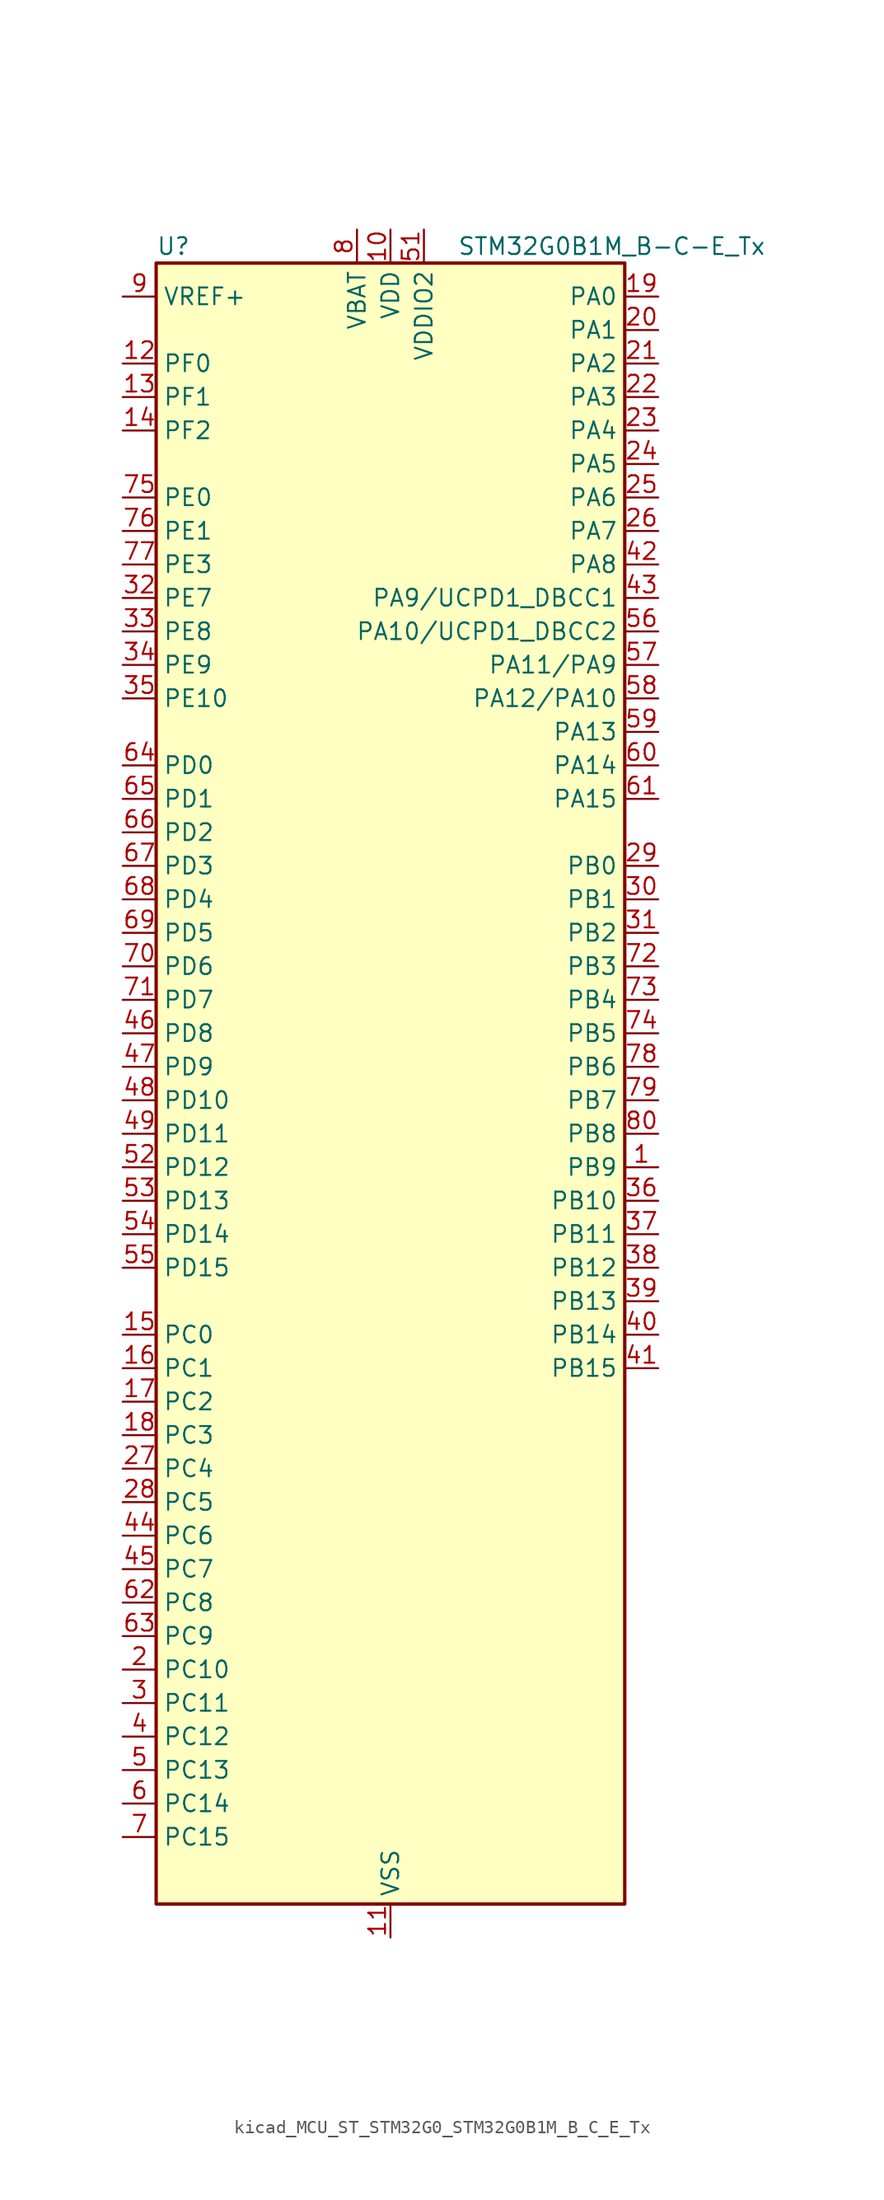
<source format=kicad_sym>
(kicad_symbol_lib
  (version 20220914)
  (generator kicad_symbol_editor)
  (symbol "kicad_MCU_ST_STM32G0_STM32G0B1M_B_C_E_Tx"
    (property "Reference" "U"
      (at -17.78 64.77 0)
      (effects (font (size 1.27 1.27)) (justify left)))
    (property "Value" "STM32G0B1M_B-C-E_Tx"
      (at 5.08 64.77 0)
      (effects (font (size 1.27 1.27)) (justify left)))
    (property "ki_locked" ""
      (at 0 0 0)
      (effects (font (size 1.27 1.27))))
    (symbol "kicad_MCU_ST_STM32G0_STM32G0B1M_B_C_E_Tx_0_1"
      (rectangle (start -17.78 -60.96) (end 17.78 63.5) (stroke (width 0.254) (type default)) (fill (type background))))
    (symbol "kicad_MCU_ST_STM32G0_STM32G0B1M_B_C_E_Tx_1_1"
      (pin bidirectional line (at 20.32 -5.08 180) (length 2.54) (name "PB9" (effects (font (size 1.27 1.27)))) (number "1" (effects (font (size 1.27 1.27)))) (alternate "DAC1_EXTI9" bidirectional line) (alternate "FDCAN1_TX" bidirectional line) (alternate "I2C1_SDA" bidirectional line) (alternate "I2S2_WS" bidirectional line) (alternate "IR_OUT" bidirectional line) (alternate "SPI2_NSS" bidirectional line) (alternate "TIM17_CH1" bidirectional line) (alternate "TIM4_CH4" bidirectional line) (alternate "UCPD2_FRSTX1" bidirectional line) (alternate "UCPD2_FRSTX2" bidirectional line) (alternate "USART3_RX" bidirectional line) (alternate "USART6_RX" bidirectional line))
      (pin power_in line (at 0 66.04 270) (length 2.54) (name "VDD" (effects (font (size 1.27 1.27)))) (number "10" (effects (font (size 1.27 1.27)))))
      (pin power_in line (at 0 -63.5 90) (length 2.54) (name "VSS" (effects (font (size 1.27 1.27)))) (number "11" (effects (font (size 1.27 1.27)))))
      (pin bidirectional line (at -20.32 55.88 0) (length 2.54) (name "PF0" (effects (font (size 1.27 1.27)))) (number "12" (effects (font (size 1.27 1.27)))) (alternate "CRS1_SYNC" bidirectional line) (alternate "RCC_OSC_IN" bidirectional line) (alternate "TIM14_CH1" bidirectional line))
      (pin bidirectional line (at -20.32 53.34 0) (length 2.54) (name "PF1" (effects (font (size 1.27 1.27)))) (number "13" (effects (font (size 1.27 1.27)))) (alternate "RCC_OSC_EN" bidirectional line) (alternate "RCC_OSC_OUT" bidirectional line) (alternate "TIM15_CH1N" bidirectional line))
      (pin bidirectional line (at -20.32 50.8 0) (length 2.54) (name "PF2" (effects (font (size 1.27 1.27)))) (number "14" (effects (font (size 1.27 1.27)))) (alternate "LPUART2_DE" bidirectional line) (alternate "LPUART2_RTS" bidirectional line) (alternate "LPUART2_TX" bidirectional line) (alternate "RCC_MCO" bidirectional line))
      (pin bidirectional line (at -20.32 -17.78 0) (length 2.54) (name "PC0" (effects (font (size 1.27 1.27)))) (number "15" (effects (font (size 1.27 1.27)))) (alternate "COMP3_INM" bidirectional line) (alternate "COMP3_OUT" bidirectional line) (alternate "I2C3_SCL" bidirectional line) (alternate "LPTIM1_IN1" bidirectional line) (alternate "LPTIM2_IN1" bidirectional line) (alternate "LPUART1_RX" bidirectional line) (alternate "LPUART2_TX" bidirectional line) (alternate "USART6_TX" bidirectional line))
      (pin bidirectional line (at -20.32 -20.32 0) (length 2.54) (name "PC1" (effects (font (size 1.27 1.27)))) (number "16" (effects (font (size 1.27 1.27)))) (alternate "COMP3_INP" bidirectional line) (alternate "I2C3_SDA" bidirectional line) (alternate "LPTIM1_OUT" bidirectional line) (alternate "LPUART1_TX" bidirectional line) (alternate "LPUART2_RX" bidirectional line) (alternate "TIM15_CH1" bidirectional line) (alternate "USART6_RX" bidirectional line))
      (pin bidirectional line (at -20.32 -22.86 0) (length 2.54) (name "PC2" (effects (font (size 1.27 1.27)))) (number "17" (effects (font (size 1.27 1.27)))) (alternate "COMP3_OUT" bidirectional line) (alternate "FDCAN2_RX" bidirectional line) (alternate "I2S2_MCK" bidirectional line) (alternate "LPTIM1_IN2" bidirectional line) (alternate "SPI2_MISO" bidirectional line) (alternate "TIM15_CH2" bidirectional line))
      (pin bidirectional line (at -20.32 -25.4 0) (length 2.54) (name "PC3" (effects (font (size 1.27 1.27)))) (number "18" (effects (font (size 1.27 1.27)))) (alternate "FDCAN2_TX" bidirectional line) (alternate "I2S2_SD" bidirectional line) (alternate "LPTIM1_ETR" bidirectional line) (alternate "LPTIM2_ETR" bidirectional line) (alternate "SPI2_MOSI" bidirectional line))
      (pin bidirectional line (at 20.32 60.96 180) (length 2.54) (name "PA0" (effects (font (size 1.27 1.27)))) (number "19" (effects (font (size 1.27 1.27)))) (alternate "ADC1_IN0" bidirectional line) (alternate "COMP1_INM" bidirectional line) (alternate "COMP1_OUT" bidirectional line) (alternate "I2S2_CK" bidirectional line) (alternate "LPTIM1_OUT" bidirectional line) (alternate "RTC_TAMP_IN2" bidirectional line) (alternate "SPI2_SCK" bidirectional line) (alternate "SYS_WKUP1" bidirectional line) (alternate "TIM2_CH1" bidirectional line) (alternate "TIM2_ETR" bidirectional line) (alternate "UCPD2_FRSTX1" bidirectional line) (alternate "UCPD2_FRSTX2" bidirectional line) (alternate "USART2_CTS" bidirectional line) (alternate "USART2_NSS" bidirectional line) (alternate "USART4_TX" bidirectional line))
      (pin bidirectional line (at -20.32 -43.18 0) (length 2.54) (name "PC10" (effects (font (size 1.27 1.27)))) (number "2" (effects (font (size 1.27 1.27)))) (alternate "SPI3_SCK" bidirectional line) (alternate "TIM1_CH3" bidirectional line) (alternate "USART3_TX" bidirectional line) (alternate "USART4_TX" bidirectional line))
      (pin bidirectional line (at 20.32 58.42 180) (length 2.54) (name "PA1" (effects (font (size 1.27 1.27)))) (number "20" (effects (font (size 1.27 1.27)))) (alternate "ADC1_IN1" bidirectional line) (alternate "COMP1_INP" bidirectional line) (alternate "I2C1_SMBA" bidirectional line) (alternate "I2S1_CK" bidirectional line) (alternate "SPI1_SCK" bidirectional line) (alternate "TIM15_CH1N" bidirectional line) (alternate "TIM2_CH2" bidirectional line) (alternate "USART2_CK" bidirectional line) (alternate "USART2_DE" bidirectional line) (alternate "USART2_RTS" bidirectional line) (alternate "USART4_RX" bidirectional line))
      (pin bidirectional line (at 20.32 55.88 180) (length 2.54) (name "PA2" (effects (font (size 1.27 1.27)))) (number "21" (effects (font (size 1.27 1.27)))) (alternate "ADC1_IN2" bidirectional line) (alternate "COMP2_INM" bidirectional line) (alternate "COMP2_OUT" bidirectional line) (alternate "I2S1_SD" bidirectional line) (alternate "LPUART1_TX" bidirectional line) (alternate "RCC_LSCO" bidirectional line) (alternate "SPI1_MOSI" bidirectional line) (alternate "SYS_WKUP4" bidirectional line) (alternate "TIM15_CH1" bidirectional line) (alternate "TIM2_CH3" bidirectional line) (alternate "UCPD1_FRSTX1" bidirectional line) (alternate "UCPD1_FRSTX2" bidirectional line) (alternate "USART2_TX" bidirectional line))
      (pin bidirectional line (at 20.32 53.34 180) (length 2.54) (name "PA3" (effects (font (size 1.27 1.27)))) (number "22" (effects (font (size 1.27 1.27)))) (alternate "ADC1_IN3" bidirectional line) (alternate "COMP2_INP" bidirectional line) (alternate "I2S2_MCK" bidirectional line) (alternate "LPUART1_RX" bidirectional line) (alternate "SPI2_MISO" bidirectional line) (alternate "TIM15_CH2" bidirectional line) (alternate "TIM2_CH4" bidirectional line) (alternate "UCPD2_FRSTX1" bidirectional line) (alternate "UCPD2_FRSTX2" bidirectional line) (alternate "USART2_RX" bidirectional line))
      (pin bidirectional line (at 20.32 50.8 180) (length 2.54) (name "PA4" (effects (font (size 1.27 1.27)))) (number "23" (effects (font (size 1.27 1.27)))) (alternate "ADC1_IN4" bidirectional line) (alternate "DAC1_OUT1" bidirectional line) (alternate "I2S1_WS" bidirectional line) (alternate "I2S2_SD" bidirectional line) (alternate "LPTIM2_OUT" bidirectional line) (alternate "RTC_OUT2" bidirectional line) (alternate "SPI1_NSS" bidirectional line) (alternate "SPI2_MOSI" bidirectional line) (alternate "SPI3_NSS" bidirectional line) (alternate "TIM14_CH1" bidirectional line) (alternate "UCPD2_FRSTX1" bidirectional line) (alternate "UCPD2_FRSTX2" bidirectional line) (alternate "USART6_TX" bidirectional line) (alternate "USB_NOE" bidirectional line))
      (pin bidirectional line (at 20.32 48.26 180) (length 2.54) (name "PA5" (effects (font (size 1.27 1.27)))) (number "24" (effects (font (size 1.27 1.27)))) (alternate "ADC1_IN5" bidirectional line) (alternate "CEC" bidirectional line) (alternate "DAC1_OUT2" bidirectional line) (alternate "I2S1_CK" bidirectional line) (alternate "LPTIM2_ETR" bidirectional line) (alternate "SPI1_SCK" bidirectional line) (alternate "TIM2_CH1" bidirectional line) (alternate "TIM2_ETR" bidirectional line) (alternate "UCPD1_FRSTX1" bidirectional line) (alternate "UCPD1_FRSTX2" bidirectional line) (alternate "USART3_TX" bidirectional line) (alternate "USART6_RX" bidirectional line))
      (pin bidirectional line (at 20.32 45.72 180) (length 2.54) (name "PA6" (effects (font (size 1.27 1.27)))) (number "25" (effects (font (size 1.27 1.27)))) (alternate "ADC1_IN6" bidirectional line) (alternate "COMP1_OUT" bidirectional line) (alternate "I2C2_SDA" bidirectional line) (alternate "I2C3_SDA" bidirectional line) (alternate "I2S1_MCK" bidirectional line) (alternate "LPUART1_CTS" bidirectional line) (alternate "SPI1_MISO" bidirectional line) (alternate "TIM16_CH1" bidirectional line) (alternate "TIM1_BK" bidirectional line) (alternate "TIM3_CH1" bidirectional line) (alternate "USART3_CTS" bidirectional line) (alternate "USART3_NSS" bidirectional line) (alternate "USART6_CTS" bidirectional line) (alternate "USART6_NSS" bidirectional line))
      (pin bidirectional line (at 20.32 43.18 180) (length 2.54) (name "PA7" (effects (font (size 1.27 1.27)))) (number "26" (effects (font (size 1.27 1.27)))) (alternate "ADC1_IN7" bidirectional line) (alternate "COMP2_OUT" bidirectional line) (alternate "I2C2_SCL" bidirectional line) (alternate "I2C3_SCL" bidirectional line) (alternate "I2S1_SD" bidirectional line) (alternate "SPI1_MOSI" bidirectional line) (alternate "TIM14_CH1" bidirectional line) (alternate "TIM17_CH1" bidirectional line) (alternate "TIM1_CH1N" bidirectional line) (alternate "TIM3_CH2" bidirectional line) (alternate "UCPD1_FRSTX1" bidirectional line) (alternate "UCPD1_FRSTX2" bidirectional line) (alternate "USART6_CK" bidirectional line) (alternate "USART6_DE" bidirectional line) (alternate "USART6_RTS" bidirectional line))
      (pin bidirectional line (at -20.32 -27.94 0) (length 2.54) (name "PC4" (effects (font (size 1.27 1.27)))) (number "27" (effects (font (size 1.27 1.27)))) (alternate "ADC1_IN17" bidirectional line) (alternate "COMP1_INM" bidirectional line) (alternate "FDCAN1_RX" bidirectional line) (alternate "TIM2_CH1" bidirectional line) (alternate "TIM2_ETR" bidirectional line) (alternate "USART1_TX" bidirectional line) (alternate "USART3_TX" bidirectional line))
      (pin bidirectional line (at -20.32 -30.48 0) (length 2.54) (name "PC5" (effects (font (size 1.27 1.27)))) (number "28" (effects (font (size 1.27 1.27)))) (alternate "ADC1_IN18" bidirectional line) (alternate "COMP1_INP" bidirectional line) (alternate "FDCAN1_TX" bidirectional line) (alternate "SYS_WKUP5" bidirectional line) (alternate "TIM2_CH2" bidirectional line) (alternate "USART1_RX" bidirectional line) (alternate "USART3_RX" bidirectional line))
      (pin bidirectional line (at 20.32 17.78 180) (length 2.54) (name "PB0" (effects (font (size 1.27 1.27)))) (number "29" (effects (font (size 1.27 1.27)))) (alternate "ADC1_IN8" bidirectional line) (alternate "COMP1_OUT" bidirectional line) (alternate "COMP3_INP" bidirectional line) (alternate "FDCAN2_RX" bidirectional line) (alternate "I2S1_WS" bidirectional line) (alternate "LPTIM1_OUT" bidirectional line) (alternate "LPUART2_CTS" bidirectional line) (alternate "SPI1_NSS" bidirectional line) (alternate "TIM1_CH2N" bidirectional line) (alternate "TIM3_CH3" bidirectional line) (alternate "UCPD1_FRSTX1" bidirectional line) (alternate "UCPD1_FRSTX2" bidirectional line) (alternate "USART3_RX" bidirectional line) (alternate "USART5_TX" bidirectional line))
      (pin bidirectional line (at -20.32 -45.72 0) (length 2.54) (name "PC11" (effects (font (size 1.27 1.27)))) (number "3" (effects (font (size 1.27 1.27)))) (alternate "ADC1_EXTI11" bidirectional line) (alternate "SPI3_MISO" bidirectional line) (alternate "TIM1_CH4" bidirectional line) (alternate "USART3_RX" bidirectional line) (alternate "USART4_RX" bidirectional line))
      (pin bidirectional line (at 20.32 15.24 180) (length 2.54) (name "PB1" (effects (font (size 1.27 1.27)))) (number "30" (effects (font (size 1.27 1.27)))) (alternate "ADC1_IN9" bidirectional line) (alternate "COMP1_INM" bidirectional line) (alternate "COMP3_OUT" bidirectional line) (alternate "FDCAN2_TX" bidirectional line) (alternate "LPTIM2_IN1" bidirectional line) (alternate "LPUART1_DE" bidirectional line) (alternate "LPUART1_RTS" bidirectional line) (alternate "LPUART2_DE" bidirectional line) (alternate "LPUART2_RTS" bidirectional line) (alternate "TIM14_CH1" bidirectional line) (alternate "TIM1_CH3N" bidirectional line) (alternate "TIM3_CH4" bidirectional line) (alternate "USART3_CK" bidirectional line) (alternate "USART3_DE" bidirectional line) (alternate "USART3_RTS" bidirectional line) (alternate "USART5_RX" bidirectional line))
      (pin bidirectional line (at 20.32 12.7 180) (length 2.54) (name "PB2" (effects (font (size 1.27 1.27)))) (number "31" (effects (font (size 1.27 1.27)))) (alternate "ADC1_IN10" bidirectional line) (alternate "COMP1_INP" bidirectional line) (alternate "COMP3_INM" bidirectional line) (alternate "I2S2_MCK" bidirectional line) (alternate "LPTIM1_OUT" bidirectional line) (alternate "RCC_MCO_2" bidirectional line) (alternate "SPI2_MISO" bidirectional line) (alternate "USART3_TX" bidirectional line))
      (pin bidirectional line (at -20.32 38.1 0) (length 2.54) (name "PE7" (effects (font (size 1.27 1.27)))) (number "32" (effects (font (size 1.27 1.27)))) (alternate "COMP3_INP" bidirectional line) (alternate "TIM1_ETR" bidirectional line) (alternate "USART5_CK" bidirectional line) (alternate "USART5_DE" bidirectional line) (alternate "USART5_RTS" bidirectional line))
      (pin bidirectional line (at -20.32 35.56 0) (length 2.54) (name "PE8" (effects (font (size 1.27 1.27)))) (number "33" (effects (font (size 1.27 1.27)))) (alternate "COMP3_INM" bidirectional line) (alternate "TIM1_CH1N" bidirectional line) (alternate "USART4_TX" bidirectional line))
      (pin bidirectional line (at -20.32 33.02 0) (length 2.54) (name "PE9" (effects (font (size 1.27 1.27)))) (number "34" (effects (font (size 1.27 1.27)))) (alternate "DAC1_EXTI9" bidirectional line) (alternate "TIM1_CH1" bidirectional line) (alternate "USART4_RX" bidirectional line))
      (pin bidirectional line (at -20.32 30.48 0) (length 2.54) (name "PE10" (effects (font (size 1.27 1.27)))) (number "35" (effects (font (size 1.27 1.27)))) (alternate "TIM1_CH2N" bidirectional line) (alternate "USART5_TX" bidirectional line))
      (pin bidirectional line (at 20.32 -7.62 180) (length 2.54) (name "PB10" (effects (font (size 1.27 1.27)))) (number "36" (effects (font (size 1.27 1.27)))) (alternate "ADC1_IN11" bidirectional line) (alternate "CEC" bidirectional line) (alternate "COMP1_OUT" bidirectional line) (alternate "I2C2_SCL" bidirectional line) (alternate "I2S2_CK" bidirectional line) (alternate "LPUART1_RX" bidirectional line) (alternate "SPI2_SCK" bidirectional line) (alternate "TIM2_CH3" bidirectional line) (alternate "USART3_TX" bidirectional line))
      (pin bidirectional line (at 20.32 -10.16 180) (length 2.54) (name "PB11" (effects (font (size 1.27 1.27)))) (number "37" (effects (font (size 1.27 1.27)))) (alternate "ADC1_EXTI11" bidirectional line) (alternate "ADC1_IN15" bidirectional line) (alternate "COMP2_OUT" bidirectional line) (alternate "I2C2_SDA" bidirectional line) (alternate "I2S2_SD" bidirectional line) (alternate "LPUART1_TX" bidirectional line) (alternate "SPI2_MOSI" bidirectional line) (alternate "TIM2_CH4" bidirectional line) (alternate "USART3_RX" bidirectional line))
      (pin bidirectional line (at 20.32 -12.7 180) (length 2.54) (name "PB12" (effects (font (size 1.27 1.27)))) (number "38" (effects (font (size 1.27 1.27)))) (alternate "ADC1_IN16" bidirectional line) (alternate "FDCAN2_RX" bidirectional line) (alternate "I2C2_SMBA" bidirectional line) (alternate "I2S2_WS" bidirectional line) (alternate "LPUART1_DE" bidirectional line) (alternate "LPUART1_RTS" bidirectional line) (alternate "SPI2_NSS" bidirectional line) (alternate "TIM15_BK" bidirectional line) (alternate "TIM1_BK" bidirectional line) (alternate "UCPD2_FRSTX1" bidirectional line) (alternate "UCPD2_FRSTX2" bidirectional line))
      (pin bidirectional line (at 20.32 -15.24 180) (length 2.54) (name "PB13" (effects (font (size 1.27 1.27)))) (number "39" (effects (font (size 1.27 1.27)))) (alternate "FDCAN2_TX" bidirectional line) (alternate "I2C2_SCL" bidirectional line) (alternate "I2S2_CK" bidirectional line) (alternate "LPUART1_CTS" bidirectional line) (alternate "SPI2_SCK" bidirectional line) (alternate "TIM15_CH1N" bidirectional line) (alternate "TIM1_CH1N" bidirectional line) (alternate "USART3_CTS" bidirectional line) (alternate "USART3_NSS" bidirectional line))
      (pin bidirectional line (at -20.32 -48.26 0) (length 2.54) (name "PC12" (effects (font (size 1.27 1.27)))) (number "4" (effects (font (size 1.27 1.27)))) (alternate "LPTIM1_IN1" bidirectional line) (alternate "SPI3_MOSI" bidirectional line) (alternate "TIM14_CH1" bidirectional line) (alternate "UCPD1_FRSTX1" bidirectional line) (alternate "UCPD1_FRSTX2" bidirectional line) (alternate "USART5_TX" bidirectional line))
      (pin bidirectional line (at 20.32 -17.78 180) (length 2.54) (name "PB14" (effects (font (size 1.27 1.27)))) (number "40" (effects (font (size 1.27 1.27)))) (alternate "I2C2_SDA" bidirectional line) (alternate "I2S2_MCK" bidirectional line) (alternate "SPI2_MISO" bidirectional line) (alternate "TIM15_CH1" bidirectional line) (alternate "TIM1_CH2N" bidirectional line) (alternate "UCPD1_FRSTX1" bidirectional line) (alternate "UCPD1_FRSTX2" bidirectional line) (alternate "USART3_CK" bidirectional line) (alternate "USART3_DE" bidirectional line) (alternate "USART3_RTS" bidirectional line) (alternate "USART6_CK" bidirectional line) (alternate "USART6_DE" bidirectional line) (alternate "USART6_RTS" bidirectional line))
      (pin bidirectional line (at 20.32 -20.32 180) (length 2.54) (name "PB15" (effects (font (size 1.27 1.27)))) (number "41" (effects (font (size 1.27 1.27)))) (alternate "I2S2_SD" bidirectional line) (alternate "RTC_REFIN" bidirectional line) (alternate "SPI2_MOSI" bidirectional line) (alternate "TIM15_CH1N" bidirectional line) (alternate "TIM15_CH2" bidirectional line) (alternate "TIM1_CH3N" bidirectional line) (alternate "UCPD1_CC2" bidirectional line) (alternate "USART6_CTS" bidirectional line) (alternate "USART6_NSS" bidirectional line))
      (pin bidirectional line (at 20.32 40.64 180) (length 2.54) (name "PA8" (effects (font (size 1.27 1.27)))) (number "42" (effects (font (size 1.27 1.27)))) (alternate "CRS1_SYNC" bidirectional line) (alternate "I2C2_SMBA" bidirectional line) (alternate "I2S2_WS" bidirectional line) (alternate "LPTIM2_OUT" bidirectional line) (alternate "RCC_MCO" bidirectional line) (alternate "SPI2_NSS" bidirectional line) (alternate "TIM1_CH1" bidirectional line) (alternate "UCPD1_CC1" bidirectional line))
      (pin bidirectional line (at 20.32 38.1 180) (length 2.54) (name "PA9/UCPD1_DBCC1" (effects (font (size 1.27 1.27)))) (number "43" (effects (font (size 1.27 1.27)))) (alternate "DAC1_EXTI9" bidirectional line) (alternate "I2C1_SCL" bidirectional line) (alternate "I2C2_SCL" bidirectional line) (alternate "I2S2_MCK" bidirectional line) (alternate "RCC_MCO" bidirectional line) (alternate "SPI2_MISO" bidirectional line) (alternate "TIM15_BK" bidirectional line) (alternate "TIM1_CH2" bidirectional line) (alternate "UCPD1_DBCC1" bidirectional line) (alternate "USART1_TX" bidirectional line))
      (pin bidirectional line (at -20.32 -33.02 0) (length 2.54) (name "PC6" (effects (font (size 1.27 1.27)))) (number "44" (effects (font (size 1.27 1.27)))) (alternate "LPUART2_TX" bidirectional line) (alternate "TIM2_CH3" bidirectional line) (alternate "TIM3_CH1" bidirectional line) (alternate "UCPD1_FRSTX1" bidirectional line) (alternate "UCPD1_FRSTX2" bidirectional line))
      (pin bidirectional line (at -20.32 -35.56 0) (length 2.54) (name "PC7" (effects (font (size 1.27 1.27)))) (number "45" (effects (font (size 1.27 1.27)))) (alternate "LPUART2_RX" bidirectional line) (alternate "TIM2_CH4" bidirectional line) (alternate "TIM3_CH2" bidirectional line) (alternate "UCPD2_FRSTX1" bidirectional line) (alternate "UCPD2_FRSTX2" bidirectional line))
      (pin bidirectional line (at -20.32 5.08 0) (length 2.54) (name "PD8" (effects (font (size 1.27 1.27)))) (number "46" (effects (font (size 1.27 1.27)))) (alternate "I2S1_CK" bidirectional line) (alternate "LPTIM1_OUT" bidirectional line) (alternate "SPI1_SCK" bidirectional line) (alternate "USART3_TX" bidirectional line))
      (pin bidirectional line (at -20.32 2.54 0) (length 2.54) (name "PD9" (effects (font (size 1.27 1.27)))) (number "47" (effects (font (size 1.27 1.27)))) (alternate "DAC1_EXTI9" bidirectional line) (alternate "I2S1_WS" bidirectional line) (alternate "SPI1_NSS" bidirectional line) (alternate "TIM1_BK2" bidirectional line) (alternate "USART3_RX" bidirectional line))
      (pin bidirectional line (at -20.32 0 0) (length 2.54) (name "PD10" (effects (font (size 1.27 1.27)))) (number "48" (effects (font (size 1.27 1.27)))) (alternate "RCC_MCO" bidirectional line))
      (pin bidirectional line (at -20.32 -2.54 0) (length 2.54) (name "PD11" (effects (font (size 1.27 1.27)))) (number "49" (effects (font (size 1.27 1.27)))) (alternate "ADC1_EXTI11" bidirectional line) (alternate "LPTIM2_ETR" bidirectional line) (alternate "USART3_CTS" bidirectional line) (alternate "USART3_NSS" bidirectional line))
      (pin bidirectional line (at -20.32 -50.8 0) (length 2.54) (name "PC13" (effects (font (size 1.27 1.27)))) (number "5" (effects (font (size 1.27 1.27)))) (alternate "RTC_OUT1" bidirectional line) (alternate "RTC_TAMP_IN1" bidirectional line) (alternate "RTC_TS" bidirectional line) (alternate "SYS_WKUP2" bidirectional line) (alternate "TIM1_BK" bidirectional line))
      (pin passive line (at 0 -63.5 90) (length 2.54) hide (name "VSS" (effects (font (size 1.27 1.27)))) (number "50" (effects (font (size 1.27 1.27)))))
      (pin power_in line (at 2.54 66.04 270) (length 2.54) (name "VDDIO2" (effects (font (size 1.27 1.27)))) (number "51" (effects (font (size 1.27 1.27)))))
      (pin bidirectional line (at -20.32 -5.08 0) (length 2.54) (name "PD12" (effects (font (size 1.27 1.27)))) (number "52" (effects (font (size 1.27 1.27)))) (alternate "FDCAN1_RX" bidirectional line) (alternate "LPTIM2_IN1" bidirectional line) (alternate "TIM4_CH1" bidirectional line) (alternate "USART3_CK" bidirectional line) (alternate "USART3_DE" bidirectional line) (alternate "USART3_RTS" bidirectional line))
      (pin bidirectional line (at -20.32 -7.62 0) (length 2.54) (name "PD13" (effects (font (size 1.27 1.27)))) (number "53" (effects (font (size 1.27 1.27)))) (alternate "FDCAN1_TX" bidirectional line) (alternate "LPTIM2_OUT" bidirectional line) (alternate "TIM4_CH2" bidirectional line))
      (pin bidirectional line (at -20.32 -10.16 0) (length 2.54) (name "PD14" (effects (font (size 1.27 1.27)))) (number "54" (effects (font (size 1.27 1.27)))) (alternate "FDCAN2_RX" bidirectional line) (alternate "LPUART2_CTS" bidirectional line) (alternate "TIM4_CH3" bidirectional line))
      (pin bidirectional line (at -20.32 -12.7 0) (length 2.54) (name "PD15" (effects (font (size 1.27 1.27)))) (number "55" (effects (font (size 1.27 1.27)))) (alternate "CRS1_SYNC" bidirectional line) (alternate "FDCAN2_TX" bidirectional line) (alternate "LPUART2_DE" bidirectional line) (alternate "LPUART2_RTS" bidirectional line) (alternate "TIM4_CH4" bidirectional line))
      (pin bidirectional line (at 20.32 35.56 180) (length 2.54) (name "PA10/UCPD1_DBCC2" (effects (font (size 1.27 1.27)))) (number "56" (effects (font (size 1.27 1.27)))) (alternate "I2C1_SDA" bidirectional line) (alternate "I2C2_SDA" bidirectional line) (alternate "I2S2_SD" bidirectional line) (alternate "RCC_MCO_2" bidirectional line) (alternate "SPI2_MOSI" bidirectional line) (alternate "TIM17_BK" bidirectional line) (alternate "TIM1_CH3" bidirectional line) (alternate "UCPD1_DBCC2" bidirectional line) (alternate "USART1_RX" bidirectional line))
      (pin bidirectional line (at 20.32 33.02 180) (length 2.54) (name "PA11/PA9" (effects (font (size 1.27 1.27)))) (number "57" (effects (font (size 1.27 1.27)))) (alternate "ADC1_EXTI11" bidirectional line) (alternate "COMP1_OUT" bidirectional line) (alternate "FDCAN1_RX" bidirectional line) (alternate "I2C2_SCL" bidirectional line) (alternate "I2S1_MCK" bidirectional line) (alternate "SPI1_MISO" bidirectional line) (alternate "TIM1_BK2" bidirectional line) (alternate "TIM1_CH4" bidirectional line) (alternate "USART1_CTS" bidirectional line) (alternate "USART1_NSS" bidirectional line) (alternate "USB_DM" bidirectional line))
      (pin bidirectional line (at 20.32 30.48 180) (length 2.54) (name "PA12/PA10" (effects (font (size 1.27 1.27)))) (number "58" (effects (font (size 1.27 1.27)))) (alternate "COMP2_OUT" bidirectional line) (alternate "FDCAN1_TX" bidirectional line) (alternate "I2C2_SDA" bidirectional line) (alternate "I2S1_SD" bidirectional line) (alternate "I2S_CKIN" bidirectional line) (alternate "SPI1_MOSI" bidirectional line) (alternate "TIM1_ETR" bidirectional line) (alternate "USART1_CK" bidirectional line) (alternate "USART1_DE" bidirectional line) (alternate "USART1_RTS" bidirectional line) (alternate "USB_DP" bidirectional line))
      (pin bidirectional line (at 20.32 27.94 180) (length 2.54) (name "PA13" (effects (font (size 1.27 1.27)))) (number "59" (effects (font (size 1.27 1.27)))) (alternate "IR_OUT" bidirectional line) (alternate "LPUART2_RX" bidirectional line) (alternate "SYS_SWDIO" bidirectional line) (alternate "USB_NOE" bidirectional line))
      (pin bidirectional line (at -20.32 -53.34 0) (length 2.54) (name "PC14" (effects (font (size 1.27 1.27)))) (number "6" (effects (font (size 1.27 1.27)))) (alternate "RCC_OSC32_IN" bidirectional line) (alternate "TIM1_BK2" bidirectional line))
      (pin bidirectional line (at 20.32 25.4 180) (length 2.54) (name "PA14" (effects (font (size 1.27 1.27)))) (number "60" (effects (font (size 1.27 1.27)))) (alternate "LPUART2_TX" bidirectional line) (alternate "SYS_SWCLK" bidirectional line) (alternate "USART2_TX" bidirectional line))
      (pin bidirectional line (at 20.32 22.86 180) (length 2.54) (name "PA15" (effects (font (size 1.27 1.27)))) (number "61" (effects (font (size 1.27 1.27)))) (alternate "I2C2_SMBA" bidirectional line) (alternate "I2S1_WS" bidirectional line) (alternate "RCC_MCO_2" bidirectional line) (alternate "SPI1_NSS" bidirectional line) (alternate "SPI3_NSS" bidirectional line) (alternate "TIM2_CH1" bidirectional line) (alternate "TIM2_ETR" bidirectional line) (alternate "USART2_RX" bidirectional line) (alternate "USART3_CK" bidirectional line) (alternate "USART3_DE" bidirectional line) (alternate "USART3_RTS" bidirectional line) (alternate "USART4_CK" bidirectional line) (alternate "USART4_DE" bidirectional line) (alternate "USART4_RTS" bidirectional line) (alternate "USB_NOE" bidirectional line))
      (pin bidirectional line (at -20.32 -38.1 0) (length 2.54) (name "PC8" (effects (font (size 1.27 1.27)))) (number "62" (effects (font (size 1.27 1.27)))) (alternate "LPUART2_CTS" bidirectional line) (alternate "TIM1_CH1" bidirectional line) (alternate "TIM3_CH3" bidirectional line) (alternate "UCPD2_FRSTX1" bidirectional line) (alternate "UCPD2_FRSTX2" bidirectional line))
      (pin bidirectional line (at -20.32 -40.64 0) (length 2.54) (name "PC9" (effects (font (size 1.27 1.27)))) (number "63" (effects (font (size 1.27 1.27)))) (alternate "DAC1_EXTI9" bidirectional line) (alternate "I2S_CKIN" bidirectional line) (alternate "LPUART2_DE" bidirectional line) (alternate "LPUART2_RTS" bidirectional line) (alternate "TIM1_CH2" bidirectional line) (alternate "TIM3_CH4" bidirectional line) (alternate "USB_NOE" bidirectional line))
      (pin bidirectional line (at -20.32 25.4 0) (length 2.54) (name "PD0" (effects (font (size 1.27 1.27)))) (number "64" (effects (font (size 1.27 1.27)))) (alternate "FDCAN1_RX" bidirectional line) (alternate "I2S2_WS" bidirectional line) (alternate "SPI2_NSS" bidirectional line) (alternate "TIM16_CH1" bidirectional line) (alternate "UCPD2_CC1" bidirectional line))
      (pin bidirectional line (at -20.32 22.86 0) (length 2.54) (name "PD1" (effects (font (size 1.27 1.27)))) (number "65" (effects (font (size 1.27 1.27)))) (alternate "FDCAN1_TX" bidirectional line) (alternate "I2S2_CK" bidirectional line) (alternate "SPI2_SCK" bidirectional line) (alternate "TIM17_CH1" bidirectional line) (alternate "UCPD2_DBCC1" bidirectional line))
      (pin bidirectional line (at -20.32 20.32 0) (length 2.54) (name "PD2" (effects (font (size 1.27 1.27)))) (number "66" (effects (font (size 1.27 1.27)))) (alternate "TIM1_CH1N" bidirectional line) (alternate "TIM3_ETR" bidirectional line) (alternate "UCPD2_CC2" bidirectional line) (alternate "USART3_CK" bidirectional line) (alternate "USART3_DE" bidirectional line) (alternate "USART3_RTS" bidirectional line) (alternate "USART5_RX" bidirectional line))
      (pin bidirectional line (at -20.32 17.78 0) (length 2.54) (name "PD3" (effects (font (size 1.27 1.27)))) (number "67" (effects (font (size 1.27 1.27)))) (alternate "I2S2_MCK" bidirectional line) (alternate "SPI2_MISO" bidirectional line) (alternate "TIM1_CH2N" bidirectional line) (alternate "UCPD2_DBCC2" bidirectional line) (alternate "USART2_CTS" bidirectional line) (alternate "USART2_NSS" bidirectional line) (alternate "USART5_TX" bidirectional line))
      (pin bidirectional line (at -20.32 15.24 0) (length 2.54) (name "PD4" (effects (font (size 1.27 1.27)))) (number "68" (effects (font (size 1.27 1.27)))) (alternate "I2S2_SD" bidirectional line) (alternate "SPI2_MOSI" bidirectional line) (alternate "TIM1_CH3N" bidirectional line) (alternate "USART2_CK" bidirectional line) (alternate "USART2_DE" bidirectional line) (alternate "USART2_RTS" bidirectional line) (alternate "USART5_CK" bidirectional line) (alternate "USART5_DE" bidirectional line) (alternate "USART5_RTS" bidirectional line))
      (pin bidirectional line (at -20.32 12.7 0) (length 2.54) (name "PD5" (effects (font (size 1.27 1.27)))) (number "69" (effects (font (size 1.27 1.27)))) (alternate "I2S1_MCK" bidirectional line) (alternate "SPI1_MISO" bidirectional line) (alternate "TIM1_BK" bidirectional line) (alternate "USART2_TX" bidirectional line) (alternate "USART5_CTS" bidirectional line) (alternate "USART5_NSS" bidirectional line))
      (pin bidirectional line (at -20.32 -55.88 0) (length 2.54) (name "PC15" (effects (font (size 1.27 1.27)))) (number "7" (effects (font (size 1.27 1.27)))) (alternate "RCC_OSC32_EN" bidirectional line) (alternate "RCC_OSC32_OUT" bidirectional line) (alternate "RCC_OSC_EN" bidirectional line) (alternate "TIM15_BK" bidirectional line))
      (pin bidirectional line (at -20.32 10.16 0) (length 2.54) (name "PD6" (effects (font (size 1.27 1.27)))) (number "70" (effects (font (size 1.27 1.27)))) (alternate "I2S1_SD" bidirectional line) (alternate "LPTIM2_OUT" bidirectional line) (alternate "SPI1_MOSI" bidirectional line) (alternate "USART2_RX" bidirectional line))
      (pin bidirectional line (at -20.32 7.62 0) (length 2.54) (name "PD7" (effects (font (size 1.27 1.27)))) (number "71" (effects (font (size 1.27 1.27)))) (alternate "RCC_MCO_2" bidirectional line))
      (pin bidirectional line (at 20.32 10.16 180) (length 2.54) (name "PB3" (effects (font (size 1.27 1.27)))) (number "72" (effects (font (size 1.27 1.27)))) (alternate "COMP2_INM" bidirectional line) (alternate "I2C2_SCL" bidirectional line) (alternate "I2C3_SCL" bidirectional line) (alternate "I2S1_CK" bidirectional line) (alternate "SPI1_SCK" bidirectional line) (alternate "SPI3_SCK" bidirectional line) (alternate "TIM1_CH2" bidirectional line) (alternate "TIM2_CH2" bidirectional line) (alternate "USART1_CK" bidirectional line) (alternate "USART1_DE" bidirectional line) (alternate "USART1_RTS" bidirectional line) (alternate "USART5_TX" bidirectional line))
      (pin bidirectional line (at 20.32 7.62 180) (length 2.54) (name "PB4" (effects (font (size 1.27 1.27)))) (number "73" (effects (font (size 1.27 1.27)))) (alternate "COMP2_INP" bidirectional line) (alternate "I2C2_SDA" bidirectional line) (alternate "I2C3_SDA" bidirectional line) (alternate "I2S1_MCK" bidirectional line) (alternate "SPI1_MISO" bidirectional line) (alternate "SPI3_MISO" bidirectional line) (alternate "TIM17_BK" bidirectional line) (alternate "TIM3_CH1" bidirectional line) (alternate "USART1_CTS" bidirectional line) (alternate "USART1_NSS" bidirectional line) (alternate "USART5_RX" bidirectional line))
      (pin bidirectional line (at 20.32 5.08 180) (length 2.54) (name "PB5" (effects (font (size 1.27 1.27)))) (number "74" (effects (font (size 1.27 1.27)))) (alternate "COMP2_OUT" bidirectional line) (alternate "FDCAN2_RX" bidirectional line) (alternate "I2C1_SMBA" bidirectional line) (alternate "I2S1_SD" bidirectional line) (alternate "LPTIM1_IN1" bidirectional line) (alternate "SPI1_MOSI" bidirectional line) (alternate "SPI3_MOSI" bidirectional line) (alternate "SYS_WKUP6" bidirectional line) (alternate "TIM16_BK" bidirectional line) (alternate "TIM3_CH2" bidirectional line) (alternate "USART5_CK" bidirectional line) (alternate "USART5_DE" bidirectional line) (alternate "USART5_RTS" bidirectional line))
      (pin bidirectional line (at -20.32 45.72 0) (length 2.54) (name "PE0" (effects (font (size 1.27 1.27)))) (number "75" (effects (font (size 1.27 1.27)))) (alternate "TIM16_CH1" bidirectional line) (alternate "TIM4_ETR" bidirectional line))
      (pin bidirectional line (at -20.32 43.18 0) (length 2.54) (name "PE1" (effects (font (size 1.27 1.27)))) (number "76" (effects (font (size 1.27 1.27)))) (alternate "TIM17_CH1" bidirectional line))
      (pin bidirectional line (at -20.32 40.64 0) (length 2.54) (name "PE3" (effects (font (size 1.27 1.27)))) (number "77" (effects (font (size 1.27 1.27)))) (alternate "TIM3_CH1" bidirectional line))
      (pin bidirectional line (at 20.32 2.54 180) (length 2.54) (name "PB6" (effects (font (size 1.27 1.27)))) (number "78" (effects (font (size 1.27 1.27)))) (alternate "COMP2_INP" bidirectional line) (alternate "FDCAN2_TX" bidirectional line) (alternate "I2C1_SCL" bidirectional line) (alternate "I2S2_MCK" bidirectional line) (alternate "LPTIM1_ETR" bidirectional line) (alternate "LPUART2_TX" bidirectional line) (alternate "SPI2_MISO" bidirectional line) (alternate "TIM16_CH1N" bidirectional line) (alternate "TIM1_CH3" bidirectional line) (alternate "TIM4_CH1" bidirectional line) (alternate "USART1_TX" bidirectional line) (alternate "USART5_CTS" bidirectional line) (alternate "USART5_NSS" bidirectional line))
      (pin bidirectional line (at 20.32 0 180) (length 2.54) (name "PB7" (effects (font (size 1.27 1.27)))) (number "79" (effects (font (size 1.27 1.27)))) (alternate "COMP2_INM" bidirectional line) (alternate "I2C1_SDA" bidirectional line) (alternate "I2S2_SD" bidirectional line) (alternate "LPTIM1_IN2" bidirectional line) (alternate "LPUART2_RX" bidirectional line) (alternate "SPI2_MOSI" bidirectional line) (alternate "SYS_PVD_IN" bidirectional line) (alternate "TIM17_CH1N" bidirectional line) (alternate "TIM4_CH2" bidirectional line) (alternate "USART1_RX" bidirectional line) (alternate "USART4_CTS" bidirectional line) (alternate "USART4_NSS" bidirectional line))
      (pin power_in line (at -2.54 66.04 270) (length 2.54) (name "VBAT" (effects (font (size 1.27 1.27)))) (number "8" (effects (font (size 1.27 1.27)))))
      (pin bidirectional line (at 20.32 -2.54 180) (length 2.54) (name "PB8" (effects (font (size 1.27 1.27)))) (number "80" (effects (font (size 1.27 1.27)))) (alternate "CEC" bidirectional line) (alternate "FDCAN1_RX" bidirectional line) (alternate "I2C1_SCL" bidirectional line) (alternate "I2S2_CK" bidirectional line) (alternate "SPI2_SCK" bidirectional line) (alternate "TIM15_BK" bidirectional line) (alternate "TIM16_CH1" bidirectional line) (alternate "TIM4_CH3" bidirectional line) (alternate "USART3_TX" bidirectional line) (alternate "USART6_TX" bidirectional line))
      (pin input line (at -20.32 60.96 0) (length 2.54) (name "VREF+" (effects (font (size 1.27 1.27)))) (number "9" (effects (font (size 1.27 1.27)))) (alternate "VREFBUF_OUT" bidirectional line)))))
</source>
